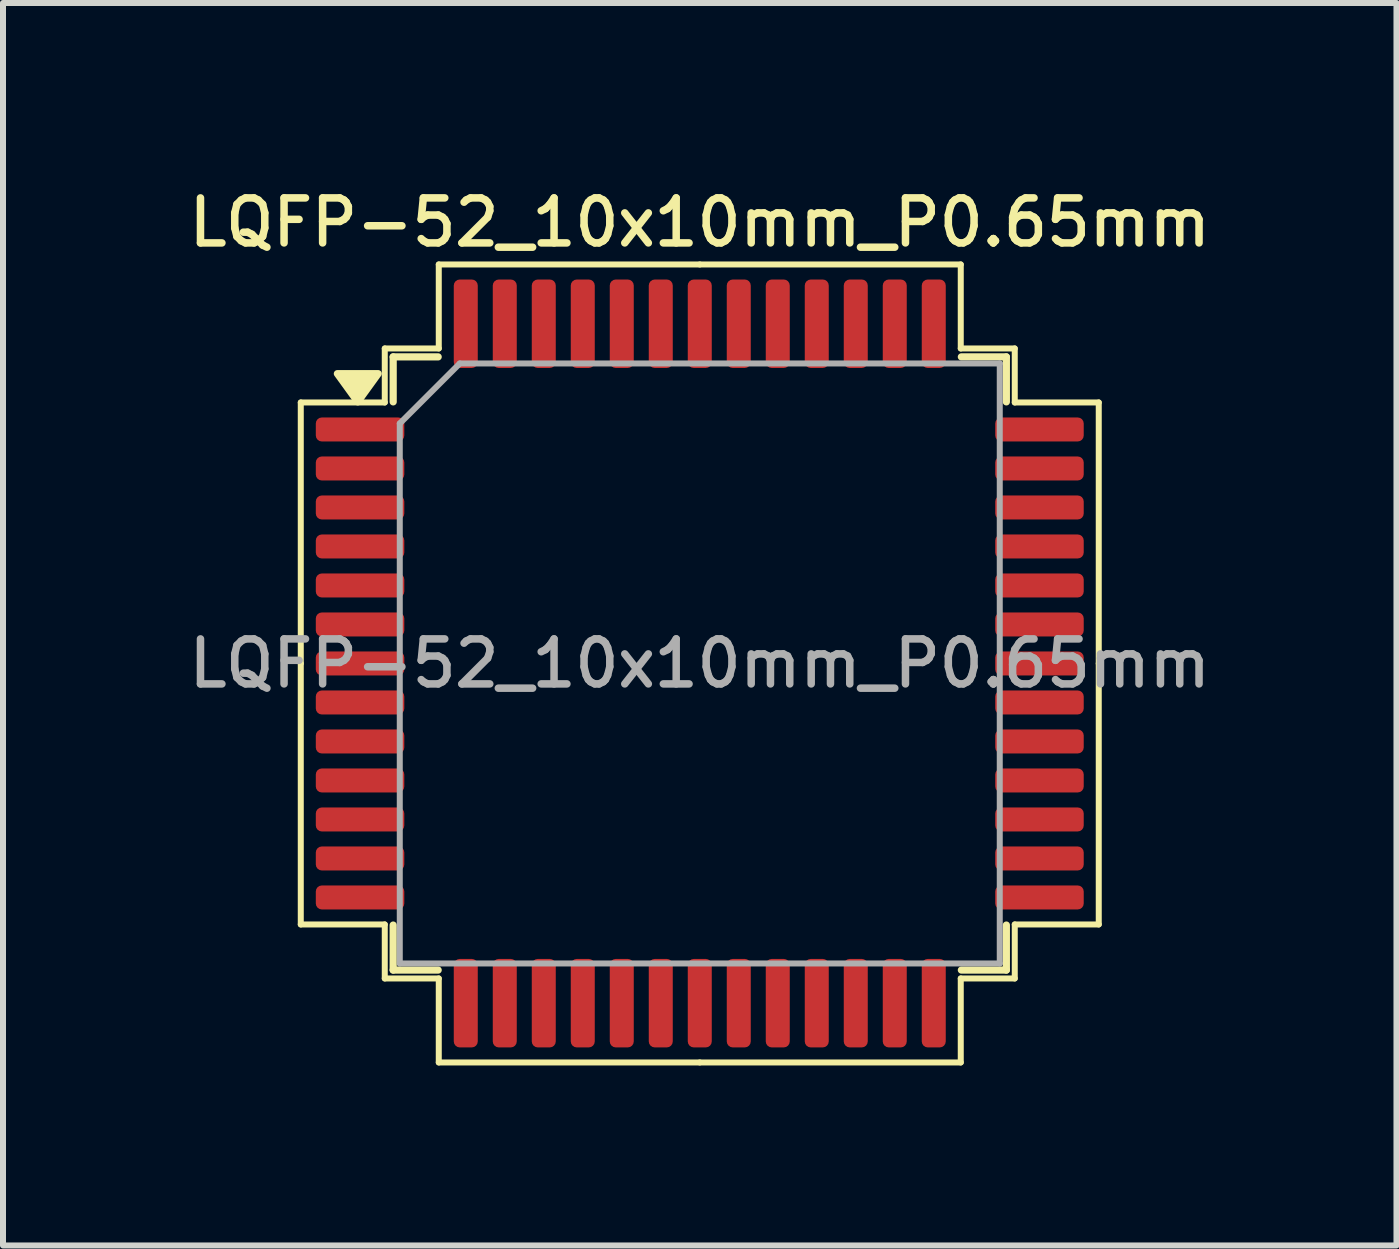
<source format=kicad_pcb>
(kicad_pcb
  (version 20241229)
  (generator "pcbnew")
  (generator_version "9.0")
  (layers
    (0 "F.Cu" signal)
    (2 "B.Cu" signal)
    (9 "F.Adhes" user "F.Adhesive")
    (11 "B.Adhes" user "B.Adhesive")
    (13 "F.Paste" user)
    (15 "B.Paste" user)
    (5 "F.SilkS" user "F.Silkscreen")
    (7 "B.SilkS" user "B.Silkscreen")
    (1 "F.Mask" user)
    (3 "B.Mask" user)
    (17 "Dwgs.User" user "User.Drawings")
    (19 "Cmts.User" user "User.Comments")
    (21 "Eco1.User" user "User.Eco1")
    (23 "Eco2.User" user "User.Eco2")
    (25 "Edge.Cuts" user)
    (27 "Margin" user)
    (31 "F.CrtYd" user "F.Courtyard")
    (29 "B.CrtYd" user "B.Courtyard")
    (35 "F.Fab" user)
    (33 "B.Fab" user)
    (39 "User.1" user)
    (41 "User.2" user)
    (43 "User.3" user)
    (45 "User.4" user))
  (footprint "LQFP-52_10x10mm_P0.65mm"
    (layer "F.Cu")
    (at 8.613 8.008)
    (property "Reference" "LQFP-52_10x10mm_P0.65mm" (at 0 -7.35 0) (layer "F.SilkS") (effects (font (size 0.75 0.75) (thickness 0.125))))
    (attr smd)
    (fp_line (start -6.65 -4.35) (end -6.65 0) (stroke (width 0.1) (type solid)) (layer "F.SilkS"))
    (fp_line (start -6.65 4.35) (end -6.65 0) (stroke (width 0.1) (type solid)) (layer "F.SilkS"))
    (fp_line (start -5.25 -5.25) (end -5.25 -4.35) (stroke (width 0.1) (type solid)) (layer "F.SilkS"))
    (fp_line (start -5.25 -4.35) (end -6.65 -4.35) (stroke (width 0.1) (type solid)) (layer "F.SilkS"))
    (fp_line (start -5.25 4.35) (end -6.65 4.35) (stroke (width 0.1) (type solid)) (layer "F.SilkS"))
    (fp_line (start -5.25 5.25) (end -5.25 4.35) (stroke (width 0.1) (type solid)) (layer "F.SilkS"))
    (fp_line (start -5.11 -5.11) (end -5.11 -4.36) (stroke (width 0.12) (type solid)) (layer "F.SilkS"))
    (fp_line (start -5.11 5.11) (end -5.11 4.36) (stroke (width 0.12) (type solid)) (layer "F.SilkS"))
    (fp_line (start -4.36 -5.11) (end -5.11 -5.11) (stroke (width 0.12) (type solid)) (layer "F.SilkS"))
    (fp_line (start -4.36 5.11) (end -5.11 5.11) (stroke (width 0.12) (type solid)) (layer "F.SilkS"))
    (fp_line (start -4.35 -6.65) (end -4.35 -5.25) (stroke (width 0.1) (type solid)) (layer "F.SilkS"))
    (fp_line (start -4.35 -5.25) (end -5.25 -5.25) (stroke (width 0.1) (type solid)) (layer "F.SilkS"))
    (fp_line (start -4.35 5.25) (end -5.25 5.25) (stroke (width 0.1) (type solid)) (layer "F.SilkS"))
    (fp_line (start -4.35 6.65) (end -4.35 5.25) (stroke (width 0.1) (type solid)) (layer "F.SilkS"))
    (fp_line (start 0 -6.65) (end -4.35 -6.65) (stroke (width 0.1) (type solid)) (layer "F.SilkS"))
    (fp_line (start 0 -6.65) (end 4.35 -6.65) (stroke (width 0.1) (type solid)) (layer "F.SilkS"))
    (fp_line (start 0 6.65) (end -4.35 6.65) (stroke (width 0.1) (type solid)) (layer "F.SilkS"))
    (fp_line (start 0 6.65) (end 4.35 6.65) (stroke (width 0.1) (type solid)) (layer "F.SilkS"))
    (fp_line (start 4.35 -6.65) (end 4.35 -5.25) (stroke (width 0.1) (type solid)) (layer "F.SilkS"))
    (fp_line (start 4.35 -5.25) (end 5.25 -5.25) (stroke (width 0.1) (type solid)) (layer "F.SilkS"))
    (fp_line (start 4.35 5.25) (end 5.25 5.25) (stroke (width 0.1) (type solid)) (layer "F.SilkS"))
    (fp_line (start 4.35 6.65) (end 4.35 5.25) (stroke (width 0.1) (type solid)) (layer "F.SilkS"))
    (fp_line (start 4.36 -5.11) (end 5.11 -5.11) (stroke (width 0.12) (type solid)) (layer "F.SilkS"))
    (fp_line (start 4.36 5.11) (end 5.11 5.11) (stroke (width 0.12) (type solid)) (layer "F.SilkS"))
    (fp_line (start 5.11 -5.11) (end 5.11 -4.36) (stroke (width 0.12) (type solid)) (layer "F.SilkS"))
    (fp_line (start 5.11 5.11) (end 5.11 4.36) (stroke (width 0.12) (type solid)) (layer "F.SilkS"))
    (fp_line (start 5.25 -5.25) (end 5.25 -4.35) (stroke (width 0.1) (type solid)) (layer "F.SilkS"))
    (fp_line (start 5.25 -4.35) (end 6.65 -4.35) (stroke (width 0.1) (type solid)) (layer "F.SilkS"))
    (fp_line (start 5.25 4.35) (end 6.65 4.35) (stroke (width 0.1) (type solid)) (layer "F.SilkS"))
    (fp_line (start 5.25 5.25) (end 5.25 4.35) (stroke (width 0.1) (type solid)) (layer "F.SilkS"))
    (fp_line (start 6.65 -4.35) (end 6.65 0) (stroke (width 0.1) (type solid)) (layer "F.SilkS"))
    (fp_line (start 6.65 4.35) (end 6.65 0) (stroke (width 0.1) (type solid)) (layer "F.SilkS"))
    (fp_poly (pts (xy -5.7 -4.36) (xy -6.04 -4.83) (xy -5.36 -4.83) (xy -5.7 -4.36)) (stroke (width 0.12) (type solid)) (fill yes) (layer "F.SilkS"))
    (fp_line (start -5 -4) (end -4 -5) (stroke (width 0.1) (type solid)) (layer "F.Fab"))
    (fp_line (start -5 5) (end -5 -4) (stroke (width 0.1) (type solid)) (layer "F.Fab"))
    (fp_line (start -4 -5) (end 5 -5) (stroke (width 0.1) (type solid)) (layer "F.Fab"))
    (fp_line (start 5 -5) (end 5 5) (stroke (width 0.1) (type solid)) (layer "F.Fab"))
    (fp_line (start 5 5) (end -5 5) (stroke (width 0.1) (type solid)) (layer "F.Fab"))
    (fp_text user "${REFERENCE}" (at 0 0 0) (layer "F.Fab") (effects (font (size 0.75 0.75) (thickness 0.125))))
    (pad "1" smd roundrect (at -5.662 -3.9) (size 1.475 0.4) (layers "F.Cu" "F.Mask" "F.Paste") (roundrect_rratio 0.25))
    (pad "2" smd roundrect (at -5.662 -3.25) (size 1.475 0.4) (layers "F.Cu" "F.Mask" "F.Paste") (roundrect_rratio 0.25))
    (pad "3" smd roundrect (at -5.662 -2.6) (size 1.475 0.4) (layers "F.Cu" "F.Mask" "F.Paste") (roundrect_rratio 0.25))
    (pad "4" smd roundrect (at -5.662 -1.95) (size 1.475 0.4) (layers "F.Cu" "F.Mask" "F.Paste") (roundrect_rratio 0.25))
    (pad "5" smd roundrect (at -5.662 -1.3) (size 1.475 0.4) (layers "F.Cu" "F.Mask" "F.Paste") (roundrect_rratio 0.25))
    (pad "6" smd roundrect (at -5.662 -0.65) (size 1.475 0.4) (layers "F.Cu" "F.Mask" "F.Paste") (roundrect_rratio 0.25))
    (pad "7" smd roundrect (at -5.662 0) (size 1.475 0.4) (layers "F.Cu" "F.Mask" "F.Paste") (roundrect_rratio 0.25))
    (pad "8" smd roundrect (at -5.662 0.65) (size 1.475 0.4) (layers "F.Cu" "F.Mask" "F.Paste") (roundrect_rratio 0.25))
    (pad "9" smd roundrect (at -5.662 1.3) (size 1.475 0.4) (layers "F.Cu" "F.Mask" "F.Paste") (roundrect_rratio 0.25))
    (pad "10" smd roundrect (at -5.662 1.95) (size 1.475 0.4) (layers "F.Cu" "F.Mask" "F.Paste") (roundrect_rratio 0.25))
    (pad "11" smd roundrect (at -5.662 2.6) (size 1.475 0.4) (layers "F.Cu" "F.Mask" "F.Paste") (roundrect_rratio 0.25))
    (pad "12" smd roundrect (at -5.662 3.25) (size 1.475 0.4) (layers "F.Cu" "F.Mask" "F.Paste") (roundrect_rratio 0.25))
    (pad "13" smd roundrect (at -5.662 3.9) (size 1.475 0.4) (layers "F.Cu" "F.Mask" "F.Paste") (roundrect_rratio 0.25))
    (pad "14" smd roundrect (at -3.9 5.662) (size 0.4 1.475) (layers "F.Cu" "F.Mask" "F.Paste") (roundrect_rratio 0.25))
    (pad "15" smd roundrect (at -3.25 5.662) (size 0.4 1.475) (layers "F.Cu" "F.Mask" "F.Paste") (roundrect_rratio 0.25))
    (pad "16" smd roundrect (at -2.6 5.662) (size 0.4 1.475) (layers "F.Cu" "F.Mask" "F.Paste") (roundrect_rratio 0.25))
    (pad "17" smd roundrect (at -1.95 5.662) (size 0.4 1.475) (layers "F.Cu" "F.Mask" "F.Paste") (roundrect_rratio 0.25))
    (pad "18" smd roundrect (at -1.3 5.662) (size 0.4 1.475) (layers "F.Cu" "F.Mask" "F.Paste") (roundrect_rratio 0.25))
    (pad "19" smd roundrect (at -0.65 5.662) (size 0.4 1.475) (layers "F.Cu" "F.Mask" "F.Paste") (roundrect_rratio 0.25))
    (pad "20" smd roundrect (at 0 5.662) (size 0.4 1.475) (layers "F.Cu" "F.Mask" "F.Paste") (roundrect_rratio 0.25))
    (pad "21" smd roundrect (at 0.65 5.662) (size 0.4 1.475) (layers "F.Cu" "F.Mask" "F.Paste") (roundrect_rratio 0.25))
    (pad "22" smd roundrect (at 1.3 5.662) (size 0.4 1.475) (layers "F.Cu" "F.Mask" "F.Paste") (roundrect_rratio 0.25))
    (pad "23" smd roundrect (at 1.95 5.662) (size 0.4 1.475) (layers "F.Cu" "F.Mask" "F.Paste") (roundrect_rratio 0.25))
    (pad "24" smd roundrect (at 2.6 5.662) (size 0.4 1.475) (layers "F.Cu" "F.Mask" "F.Paste") (roundrect_rratio 0.25))
    (pad "25" smd roundrect (at 3.25 5.662) (size 0.4 1.475) (layers "F.Cu" "F.Mask" "F.Paste") (roundrect_rratio 0.25))
    (pad "26" smd roundrect (at 3.9 5.662) (size 0.4 1.475) (layers "F.Cu" "F.Mask" "F.Paste") (roundrect_rratio 0.25))
    (pad "27" smd roundrect (at 5.662 3.9) (size 1.475 0.4) (layers "F.Cu" "F.Mask" "F.Paste") (roundrect_rratio 0.25))
    (pad "28" smd roundrect (at 5.662 3.25) (size 1.475 0.4) (layers "F.Cu" "F.Mask" "F.Paste") (roundrect_rratio 0.25))
    (pad "29" smd roundrect (at 5.662 2.6) (size 1.475 0.4) (layers "F.Cu" "F.Mask" "F.Paste") (roundrect_rratio 0.25))
    (pad "30" smd roundrect (at 5.662 1.95) (size 1.475 0.4) (layers "F.Cu" "F.Mask" "F.Paste") (roundrect_rratio 0.25))
    (pad "31" smd roundrect (at 5.662 1.3) (size 1.475 0.4) (layers "F.Cu" "F.Mask" "F.Paste") (roundrect_rratio 0.25))
    (pad "32" smd roundrect (at 5.662 0.65) (size 1.475 0.4) (layers "F.Cu" "F.Mask" "F.Paste") (roundrect_rratio 0.25))
    (pad "33" smd roundrect (at 5.662 0) (size 1.475 0.4) (layers "F.Cu" "F.Mask" "F.Paste") (roundrect_rratio 0.25))
    (pad "34" smd roundrect (at 5.662 -0.65) (size 1.475 0.4) (layers "F.Cu" "F.Mask" "F.Paste") (roundrect_rratio 0.25))
    (pad "35" smd roundrect (at 5.662 -1.3) (size 1.475 0.4) (layers "F.Cu" "F.Mask" "F.Paste") (roundrect_rratio 0.25))
    (pad "36" smd roundrect (at 5.662 -1.95) (size 1.475 0.4) (layers "F.Cu" "F.Mask" "F.Paste") (roundrect_rratio 0.25))
    (pad "37" smd roundrect (at 5.662 -2.6) (size 1.475 0.4) (layers "F.Cu" "F.Mask" "F.Paste") (roundrect_rratio 0.25))
    (pad "38" smd roundrect (at 5.662 -3.25) (size 1.475 0.4) (layers "F.Cu" "F.Mask" "F.Paste") (roundrect_rratio 0.25))
    (pad "39" smd roundrect (at 5.662 -3.9) (size 1.475 0.4) (layers "F.Cu" "F.Mask" "F.Paste") (roundrect_rratio 0.25))
    (pad "40" smd roundrect (at 3.9 -5.662) (size 0.4 1.475) (layers "F.Cu" "F.Mask" "F.Paste") (roundrect_rratio 0.25))
    (pad "41" smd roundrect (at 3.25 -5.662) (size 0.4 1.475) (layers "F.Cu" "F.Mask" "F.Paste") (roundrect_rratio 0.25))
    (pad "42" smd roundrect (at 2.6 -5.662) (size 0.4 1.475) (layers "F.Cu" "F.Mask" "F.Paste") (roundrect_rratio 0.25))
    (pad "43" smd roundrect (at 1.95 -5.662) (size 0.4 1.475) (layers "F.Cu" "F.Mask" "F.Paste") (roundrect_rratio 0.25))
    (pad "44" smd roundrect (at 1.3 -5.662) (size 0.4 1.475) (layers "F.Cu" "F.Mask" "F.Paste") (roundrect_rratio 0.25))
    (pad "45" smd roundrect (at 0.65 -5.662) (size 0.4 1.475) (layers "F.Cu" "F.Mask" "F.Paste") (roundrect_rratio 0.25))
    (pad "46" smd roundrect (at 0 -5.662) (size 0.4 1.475) (layers "F.Cu" "F.Mask" "F.Paste") (roundrect_rratio 0.25))
    (pad "47" smd roundrect (at -0.65 -5.662) (size 0.4 1.475) (layers "F.Cu" "F.Mask" "F.Paste") (roundrect_rratio 0.25))
    (pad "48" smd roundrect (at -1.3 -5.662) (size 0.4 1.475) (layers "F.Cu" "F.Mask" "F.Paste") (roundrect_rratio 0.25))
    (pad "49" smd roundrect (at -1.95 -5.662) (size 0.4 1.475) (layers "F.Cu" "F.Mask" "F.Paste") (roundrect_rratio 0.25))
    (pad "50" smd roundrect (at -2.6 -5.662) (size 0.4 1.475) (layers "F.Cu" "F.Mask" "F.Paste") (roundrect_rratio 0.25))
    (pad "51" smd roundrect (at -3.25 -5.662) (size 0.4 1.475) (layers "F.Cu" "F.Mask" "F.Paste") (roundrect_rratio 0.25))
    (pad "52" smd roundrect (at -3.9 -5.662) (size 0.4 1.475) (layers "F.Cu" "F.Mask" "F.Paste") (roundrect_rratio 0.25)))
  (gr_rect
    (start -3 -3)
    (end 20.225 17.708)
    (stroke (width 0.1) (type default))
    (fill no)
    (layer "Edge.Cuts")))
</source>
